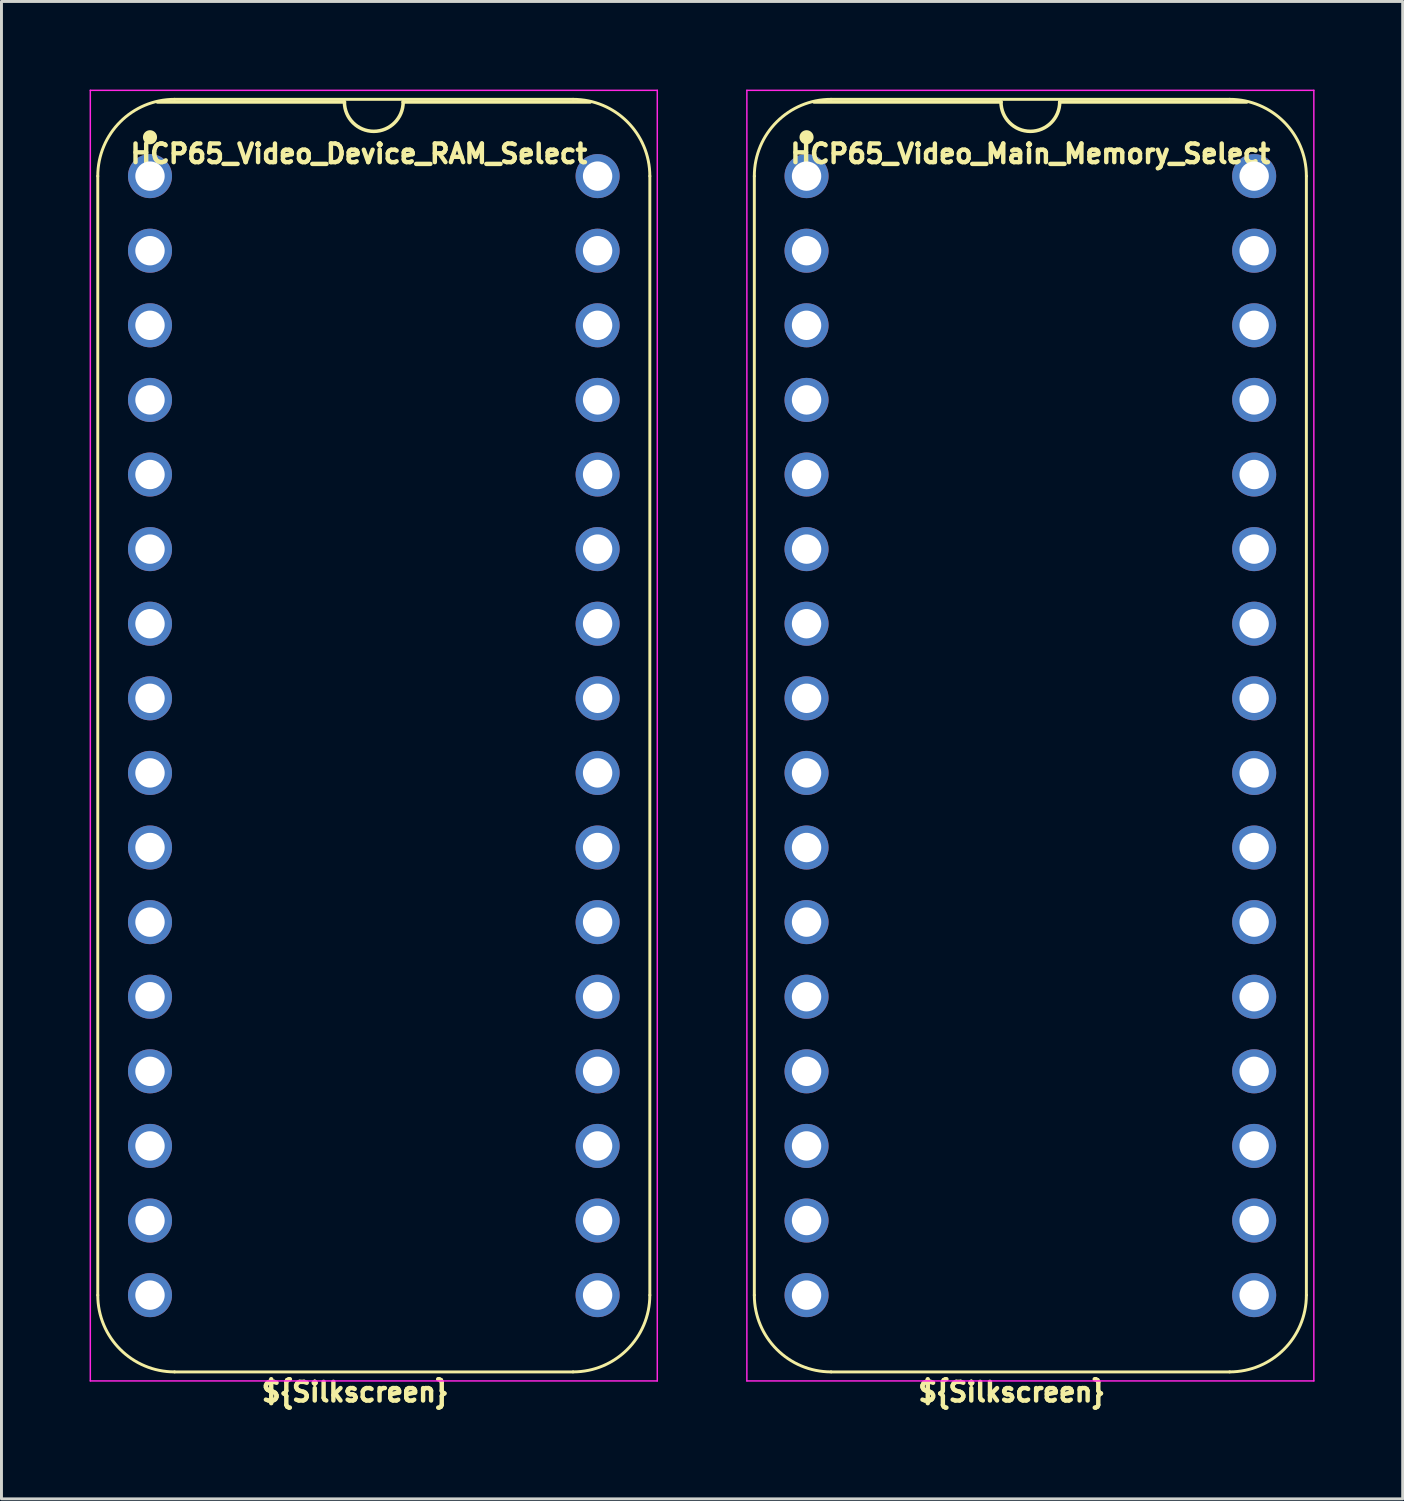
<source format=kicad_pcb>
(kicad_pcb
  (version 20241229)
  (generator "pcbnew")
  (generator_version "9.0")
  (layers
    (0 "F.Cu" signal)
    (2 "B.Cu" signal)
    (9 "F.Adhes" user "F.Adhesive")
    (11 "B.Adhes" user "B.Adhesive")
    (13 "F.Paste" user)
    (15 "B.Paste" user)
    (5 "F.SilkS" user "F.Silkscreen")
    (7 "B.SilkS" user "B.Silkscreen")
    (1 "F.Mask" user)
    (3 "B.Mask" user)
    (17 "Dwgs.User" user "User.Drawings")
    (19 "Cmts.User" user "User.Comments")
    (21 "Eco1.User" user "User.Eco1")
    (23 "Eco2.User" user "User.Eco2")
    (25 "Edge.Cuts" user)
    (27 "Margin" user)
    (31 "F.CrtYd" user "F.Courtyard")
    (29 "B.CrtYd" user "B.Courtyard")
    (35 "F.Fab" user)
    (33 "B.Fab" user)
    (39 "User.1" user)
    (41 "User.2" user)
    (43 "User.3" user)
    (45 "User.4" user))
  (footprint "HCP65_Video_Main_Memory_Select"
    (layer "F.Cu")
    (at 24.411 2.946)
    (property "Reference" "HCP65_Video_Main_Memory_Select" (at 7.62 -0.762 0) (layer "F.SilkS") (effects (font (size 0.635 0.635) (thickness 0.15))))
    (attr through_hole)
    (fp_line (start -1.778 38.1) (end -1.778 0) (stroke (width 0.1) (type solid)) (layer "F.SilkS"))
    (fp_line (start 0.836 -2.614) (end 14.404 -2.614) (stroke (width 0.1) (type solid)) (layer "F.SilkS"))
    (fp_line (start 6.62 -2.524) (end 0.254 -2.524) (stroke (width 0.12) (type solid)) (layer "F.SilkS"))
    (fp_line (start 14.404 40.714) (end 0.836 40.714) (stroke (width 0.1) (type solid)) (layer "F.SilkS"))
    (fp_line (start 14.986 -2.524) (end 8.62 -2.524) (stroke (width 0.12) (type solid)) (layer "F.SilkS"))
    (fp_line (start 17.018 38.1) (end 17.018 -0.000001) (stroke (width 0.1) (type solid)) (layer "F.SilkS"))
    (fp_arc (start -1.778 0) (mid -1.012456 -1.848188) (end 0.835732 -2.613732) (stroke (width 0.1) (type solid)) (layer "F.SilkS"))
    (fp_arc (start 0.835733 40.713733) (mid -1.012456 39.948189) (end -1.778 38.1) (stroke (width 0.1) (type solid)) (layer "F.SilkS"))
    (fp_arc (start 8.62 -2.524) (mid 7.62 -1.524) (end 6.62 -2.524) (stroke (width 0.12) (type solid)) (layer "F.SilkS"))
    (fp_arc (start 14.404267 -2.613733) (mid 16.252455 -1.848189) (end 17.017999 -0.000001) (stroke (width 0.1) (type solid)) (layer "F.SilkS"))
    (fp_arc (start 17.018 38.1) (mid 16.252455 39.948187) (end 14.404268 40.713732) (stroke (width 0.1) (type solid)) (layer "F.SilkS"))
    (fp_circle (center 0 -1.323) (end 0.18 -1.323) (stroke (width 0.12) (type solid)) (fill yes) (layer "F.SilkS"))
    (fp_line (start -2.032 -2.921) (end -2.032 41.021) (stroke (width 0.05) (type solid)) (layer "F.CrtYd"))
    (fp_line (start -2.032 -2.921) (end 17.272 -2.921) (stroke (width 0.05) (type solid)) (layer "F.CrtYd"))
    (fp_line (start -2.032 41.021) (end 17.272 41.021) (stroke (width 0.05) (type solid)) (layer "F.CrtYd"))
    (fp_line (start 17.272 -2.921) (end 17.272 41.021) (stroke (width 0.05) (type solid)) (layer "F.CrtYd"))
    (fp_text user "${Silkscreen}" (at 6.985 41.402 0) (layer "F.SilkS") (effects (font (size 0.635 0.635) (thickness 0.15))))
    (pad "1" thru_hole circle (at 0 0) (size 1.5 1.5) (drill 1) (layers "*.Cu" "*.Mask"))
    (pad "2" thru_hole circle (at 0 2.54) (size 1.5 1.5) (drill 1) (layers "*.Cu" "*.Mask"))
    (pad "3" thru_hole circle (at 0 5.08) (size 1.5 1.5) (drill 1) (layers "*.Cu" "*.Mask"))
    (pad "4" thru_hole circle (at 0 7.62) (size 1.5 1.5) (drill 1) (layers "*.Cu" "*.Mask"))
    (pad "5" thru_hole circle (at 0 10.16) (size 1.5 1.5) (drill 1) (layers "*.Cu" "*.Mask"))
    (pad "6" thru_hole circle (at 0 12.7) (size 1.5 1.5) (drill 1) (layers "*.Cu" "*.Mask"))
    (pad "7" thru_hole circle (at 0 15.24) (size 1.5 1.5) (drill 1) (layers "*.Cu" "*.Mask"))
    (pad "8" thru_hole circle (at 0 17.78) (size 1.5 1.5) (drill 1) (layers "*.Cu" "*.Mask"))
    (pad "9" thru_hole circle (at 0 20.32) (size 1.5 1.5) (drill 1) (layers "*.Cu" "*.Mask"))
    (pad "10" thru_hole circle (at 0 22.86) (size 1.5 1.5) (drill 1) (layers "*.Cu" "*.Mask"))
    (pad "11" thru_hole circle (at 0 25.4) (size 1.5 1.5) (drill 1) (layers "*.Cu" "*.Mask"))
    (pad "12" thru_hole circle (at 0 27.94) (size 1.5 1.5) (drill 1) (layers "*.Cu" "*.Mask"))
    (pad "13" thru_hole circle (at 0 30.48) (size 1.5 1.5) (drill 1) (layers "*.Cu" "*.Mask"))
    (pad "14" thru_hole circle (at 0 33.02) (size 1.5 1.5) (drill 1) (layers "*.Cu" "*.Mask"))
    (pad "15" thru_hole circle (at 0 35.56) (size 1.5 1.5) (drill 1) (layers "*.Cu" "*.Mask"))
    (pad "16" thru_hole circle (at 0 38.1) (size 1.5 1.5) (drill 1) (layers "*.Cu" "*.Mask"))
    (pad "17" thru_hole circle (at 15.24 38.1) (size 1.5 1.5) (drill 1) (layers "*.Cu" "*.Mask"))
    (pad "18" thru_hole circle (at 15.24 35.56) (size 1.5 1.5) (drill 1) (layers "*.Cu" "*.Mask"))
    (pad "19" thru_hole circle (at 15.24 33.02) (size 1.5 1.5) (drill 1) (layers "*.Cu" "*.Mask"))
    (pad "20" thru_hole circle (at 15.24 30.48) (size 1.5 1.5) (drill 1) (layers "*.Cu" "*.Mask"))
    (pad "21" thru_hole circle (at 15.24 27.94) (size 1.5 1.5) (drill 1) (layers "*.Cu" "*.Mask"))
    (pad "22" thru_hole circle (at 15.24 25.4) (size 1.5 1.5) (drill 1) (layers "*.Cu" "*.Mask"))
    (pad "23" thru_hole circle (at 15.24 22.86) (size 1.5 1.5) (drill 1) (layers "*.Cu" "*.Mask"))
    (pad "24" thru_hole circle (at 15.24 20.32) (size 1.5 1.5) (drill 1) (layers "*.Cu" "*.Mask"))
    (pad "25" thru_hole circle (at 15.24 17.78) (size 1.5 1.5) (drill 1) (layers "*.Cu" "*.Mask"))
    (pad "26" thru_hole circle (at 15.24 15.24) (size 1.5 1.5) (drill 1) (layers "*.Cu" "*.Mask"))
    (pad "27" thru_hole circle (at 15.24 12.7) (size 1.5 1.5) (drill 1) (layers "*.Cu" "*.Mask"))
    (pad "28" thru_hole circle (at 15.24 10.16) (size 1.5 1.5) (drill 1) (layers "*.Cu" "*.Mask"))
    (pad "29" thru_hole circle (at 15.24 7.62) (size 1.5 1.5) (drill 1) (layers "*.Cu" "*.Mask"))
    (pad "30" thru_hole circle (at 15.24 5.08) (size 1.5 1.5) (drill 1) (layers "*.Cu" "*.Mask"))
    (pad "31" thru_hole circle (at 15.24 2.54) (size 1.5 1.5) (drill 1) (layers "*.Cu" "*.Mask"))
    (pad "32" thru_hole circle (at 15.24 0) (size 1.5 1.5) (drill 1) (layers "*.Cu" "*.Mask")))
  (footprint "HCP65_Video_Device_RAM_Select"
    (layer "F.Cu")
    (at 2.057 2.946)
    (property "Reference" "HCP65_Video_Device_RAM_Select" (at 7.112 -0.762 0) (layer "F.SilkS") (effects (font (size 0.635 0.635) (thickness 0.15))))
    (attr through_hole)
    (fp_line (start -1.778 38.1) (end -1.778 0) (stroke (width 0.1) (type solid)) (layer "F.SilkS"))
    (fp_line (start 0.836 -2.614) (end 14.404 -2.614) (stroke (width 0.1) (type solid)) (layer "F.SilkS"))
    (fp_line (start 6.62 -2.524) (end 0.254 -2.524) (stroke (width 0.12) (type solid)) (layer "F.SilkS"))
    (fp_line (start 14.404 40.714) (end 0.836 40.714) (stroke (width 0.1) (type solid)) (layer "F.SilkS"))
    (fp_line (start 14.986 -2.524) (end 8.62 -2.524) (stroke (width 0.12) (type solid)) (layer "F.SilkS"))
    (fp_line (start 17.018 38.1) (end 17.018 -0.000001) (stroke (width 0.1) (type solid)) (layer "F.SilkS"))
    (fp_arc (start -1.778 0) (mid -1.012456 -1.848188) (end 0.835732 -2.613732) (stroke (width 0.1) (type solid)) (layer "F.SilkS"))
    (fp_arc (start 0.835733 40.713733) (mid -1.012457 39.94819) (end -1.778 38.1) (stroke (width 0.1) (type solid)) (layer "F.SilkS"))
    (fp_arc (start 8.62 -2.524) (mid 7.62 -1.524) (end 6.62 -2.524) (stroke (width 0.12) (type solid)) (layer "F.SilkS"))
    (fp_arc (start 14.404267 -2.613733) (mid 16.252456 -1.84819) (end 17.017999 -0.000001) (stroke (width 0.1) (type solid)) (layer "F.SilkS"))
    (fp_arc (start 17.018 38.1) (mid 16.252456 39.948188) (end 14.404268 40.713732) (stroke (width 0.1) (type solid)) (layer "F.SilkS"))
    (fp_circle (center 0 -1.323) (end 0.18 -1.323) (stroke (width 0.12) (type solid)) (fill yes) (layer "F.SilkS"))
    (fp_line (start -2.032 -2.921) (end -2.032 41.021) (stroke (width 0.05) (type solid)) (layer "F.CrtYd"))
    (fp_line (start -2.032 -2.921) (end 17.272 -2.921) (stroke (width 0.05) (type solid)) (layer "F.CrtYd"))
    (fp_line (start -2.032 41.021) (end 17.272 41.021) (stroke (width 0.05) (type solid)) (layer "F.CrtYd"))
    (fp_line (start 17.272 -2.921) (end 17.272 41.021) (stroke (width 0.05) (type solid)) (layer "F.CrtYd"))
    (fp_text user "${Silkscreen}" (at 6.985 41.402 0) (layer "F.SilkS") (effects (font (size 0.635 0.635) (thickness 0.15))))
    (pad "1" thru_hole circle (at 0 0) (size 1.5 1.5) (drill 1) (layers "*.Cu" "*.Mask"))
    (pad "2" thru_hole circle (at 0 2.54) (size 1.5 1.5) (drill 1) (layers "*.Cu" "*.Mask"))
    (pad "3" thru_hole circle (at 0 5.08) (size 1.5 1.5) (drill 1) (layers "*.Cu" "*.Mask"))
    (pad "4" thru_hole circle (at 0 7.62) (size 1.5 1.5) (drill 1) (layers "*.Cu" "*.Mask"))
    (pad "5" thru_hole circle (at 0 10.16) (size 1.5 1.5) (drill 1) (layers "*.Cu" "*.Mask"))
    (pad "6" thru_hole circle (at 0 12.7) (size 1.5 1.5) (drill 1) (layers "*.Cu" "*.Mask"))
    (pad "7" thru_hole circle (at 0 15.24) (size 1.5 1.5) (drill 1) (layers "*.Cu" "*.Mask"))
    (pad "8" thru_hole circle (at 0 17.78) (size 1.5 1.5) (drill 1) (layers "*.Cu" "*.Mask"))
    (pad "9" thru_hole circle (at 0 20.32) (size 1.5 1.5) (drill 1) (layers "*.Cu" "*.Mask"))
    (pad "10" thru_hole circle (at 0 22.86) (size 1.5 1.5) (drill 1) (layers "*.Cu" "*.Mask"))
    (pad "11" thru_hole circle (at 0 25.4) (size 1.5 1.5) (drill 1) (layers "*.Cu" "*.Mask"))
    (pad "12" thru_hole circle (at 0 27.94) (size 1.5 1.5) (drill 1) (layers "*.Cu" "*.Mask"))
    (pad "13" thru_hole circle (at 0 30.48) (size 1.5 1.5) (drill 1) (layers "*.Cu" "*.Mask"))
    (pad "14" thru_hole circle (at 0 33.02) (size 1.5 1.5) (drill 1) (layers "*.Cu" "*.Mask"))
    (pad "15" thru_hole circle (at 0 35.56) (size 1.5 1.5) (drill 1) (layers "*.Cu" "*.Mask"))
    (pad "16" thru_hole circle (at 0 38.1) (size 1.5 1.5) (drill 1) (layers "*.Cu" "*.Mask"))
    (pad "17" thru_hole circle (at 15.24 38.1) (size 1.5 1.5) (drill 1) (layers "*.Cu" "*.Mask"))
    (pad "18" thru_hole circle (at 15.24 35.56) (size 1.5 1.5) (drill 1) (layers "*.Cu" "*.Mask"))
    (pad "19" thru_hole circle (at 15.24 33.02) (size 1.5 1.5) (drill 1) (layers "*.Cu" "*.Mask"))
    (pad "20" thru_hole circle (at 15.24 30.48) (size 1.5 1.5) (drill 1) (layers "*.Cu" "*.Mask"))
    (pad "21" thru_hole circle (at 15.24 27.94) (size 1.5 1.5) (drill 1) (layers "*.Cu" "*.Mask"))
    (pad "22" thru_hole circle (at 15.24 25.4) (size 1.5 1.5) (drill 1) (layers "*.Cu" "*.Mask"))
    (pad "23" thru_hole circle (at 15.24 22.86) (size 1.5 1.5) (drill 1) (layers "*.Cu" "*.Mask"))
    (pad "24" thru_hole circle (at 15.24 20.32) (size 1.5 1.5) (drill 1) (layers "*.Cu" "*.Mask"))
    (pad "25" thru_hole circle (at 15.24 17.78) (size 1.5 1.5) (drill 1) (layers "*.Cu" "*.Mask"))
    (pad "26" thru_hole circle (at 15.24 15.24) (size 1.5 1.5) (drill 1) (layers "*.Cu" "*.Mask"))
    (pad "27" thru_hole circle (at 15.24 12.7) (size 1.5 1.5) (drill 1) (layers "*.Cu" "*.Mask"))
    (pad "28" thru_hole circle (at 15.24 10.16) (size 1.5 1.5) (drill 1) (layers "*.Cu" "*.Mask"))
    (pad "29" thru_hole circle (at 15.24 7.62) (size 1.5 1.5) (drill 1) (layers "*.Cu" "*.Mask"))
    (pad "30" thru_hole circle (at 15.24 5.08) (size 1.5 1.5) (drill 1) (layers "*.Cu" "*.Mask"))
    (pad "31" thru_hole circle (at 15.24 2.54) (size 1.5 1.5) (drill 1) (layers "*.Cu" "*.Mask"))
    (pad "32" thru_hole circle (at 15.24 0) (size 1.5 1.5) (drill 1) (layers "*.Cu" "*.Mask")))
  (gr_rect
    (start -3 -3)
    (end 44.708 47.983)
    (stroke (width 0.1) (type default))
    (fill no)
    (layer "Edge.Cuts")))
</source>
